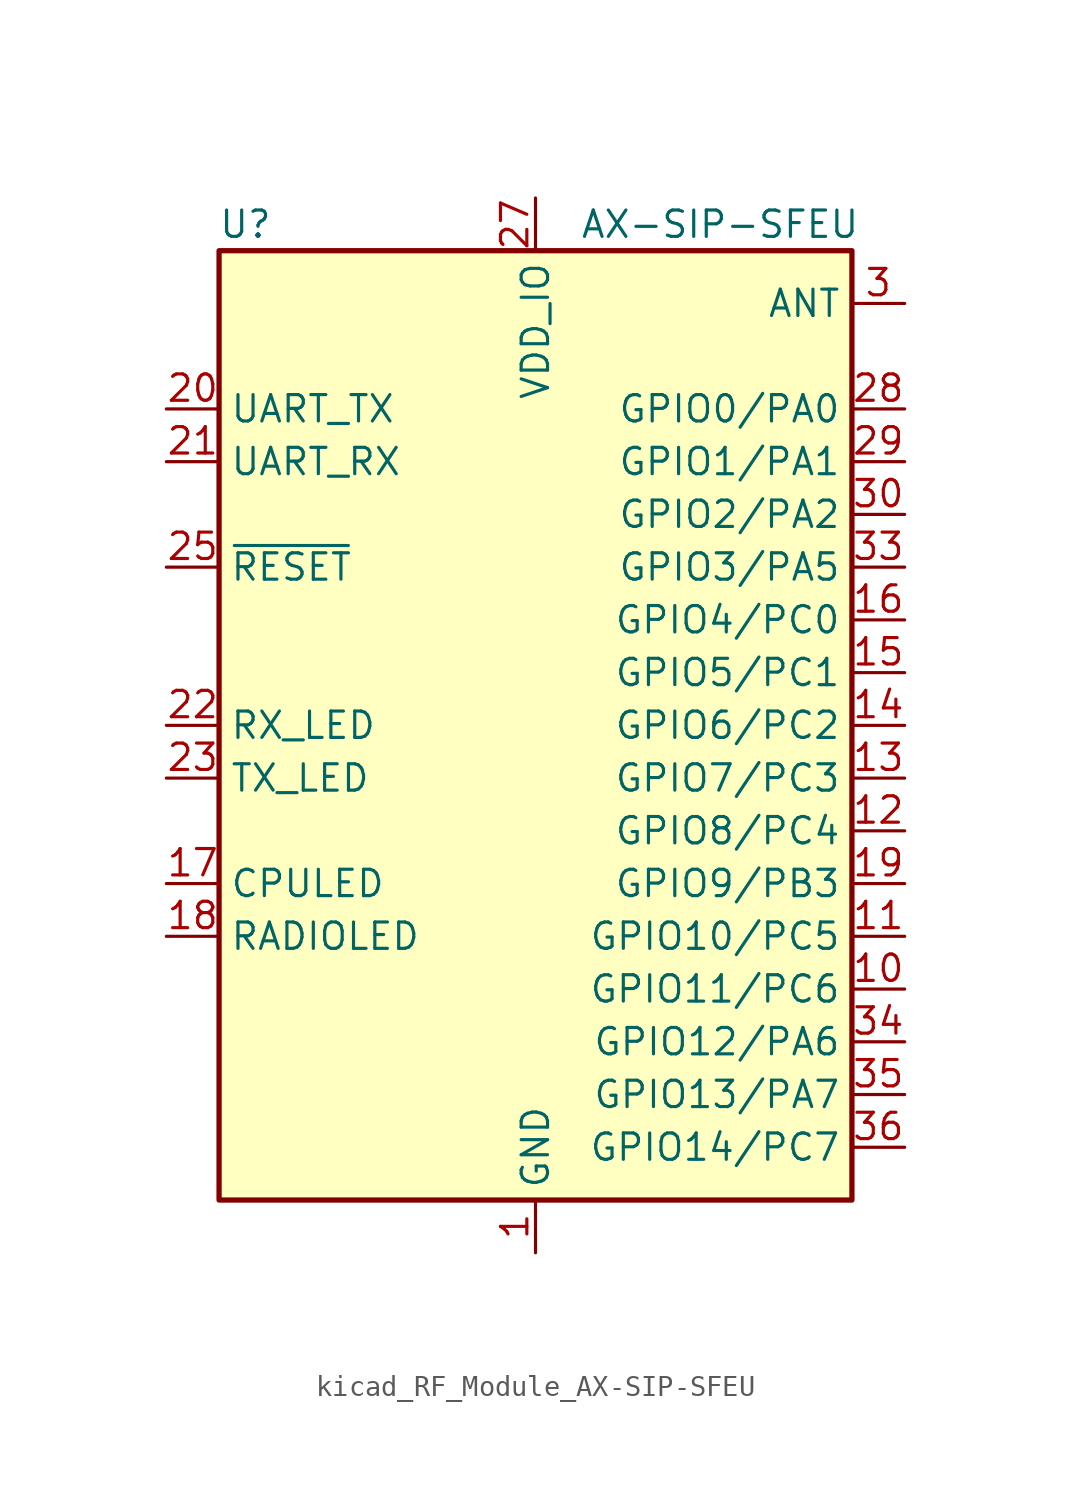
<source format=kicad_sym>
(kicad_symbol_lib
  (version 20220914)
  (generator kicad_symbol_editor)
  (symbol "kicad_RF_Module_AX-SIP-SFEU"
    (property "Reference" "U"
      (at -13.97 24.13 0)
      (effects (font (size 1.27 1.27))))
    (property "Value" "AX-SIP-SFEU"
      (at 8.89 24.13 0)
      (effects (font (size 1.27 1.27))))
    (symbol "kicad_RF_Module_AX-SIP-SFEU_0_1"
      (rectangle (start -15.24 22.86) (end 15.24 -22.86) (stroke (width 0.254) (type default)) (fill (type background))))
    (symbol "kicad_RF_Module_AX-SIP-SFEU_1_1"
      (pin power_in line (at 0 -25.4 90) (length 2.54) (name "GND" (effects (font (size 1.27 1.27)))) (number "1" (effects (font (size 1.27 1.27)))))
      (pin bidirectional line (at 17.78 -12.7 180) (length 2.54) (name "GPIO11/PC6" (effects (font (size 1.27 1.27)))) (number "10" (effects (font (size 1.27 1.27)))))
      (pin bidirectional line (at 17.78 -10.16 180) (length 2.54) (name "GPIO10/PC5" (effects (font (size 1.27 1.27)))) (number "11" (effects (font (size 1.27 1.27)))))
      (pin bidirectional line (at 17.78 -5.08 180) (length 2.54) (name "GPIO8/PC4" (effects (font (size 1.27 1.27)))) (number "12" (effects (font (size 1.27 1.27)))))
      (pin bidirectional line (at 17.78 -2.54 180) (length 2.54) (name "GPIO7/PC3" (effects (font (size 1.27 1.27)))) (number "13" (effects (font (size 1.27 1.27)))))
      (pin bidirectional line (at 17.78 0 180) (length 2.54) (name "GPIO6/PC2" (effects (font (size 1.27 1.27)))) (number "14" (effects (font (size 1.27 1.27)))))
      (pin bidirectional line (at 17.78 2.54 180) (length 2.54) (name "GPIO5/PC1" (effects (font (size 1.27 1.27)))) (number "15" (effects (font (size 1.27 1.27)))))
      (pin bidirectional line (at 17.78 5.08 180) (length 2.54) (name "GPIO4/PC0" (effects (font (size 1.27 1.27)))) (number "16" (effects (font (size 1.27 1.27)))))
      (pin output line (at -17.78 -7.62 0) (length 2.54) (name "CPULED" (effects (font (size 1.27 1.27)))) (number "17" (effects (font (size 1.27 1.27)))))
      (pin output line (at -17.78 -10.16 0) (length 2.54) (name "RADIOLED" (effects (font (size 1.27 1.27)))) (number "18" (effects (font (size 1.27 1.27)))))
      (pin bidirectional line (at 17.78 -7.62 180) (length 2.54) (name "GPIO9/PB3" (effects (font (size 1.27 1.27)))) (number "19" (effects (font (size 1.27 1.27)))))
      (pin passive line (at 0 -25.4 90) (length 2.54) hide (name "GND" (effects (font (size 1.27 1.27)))) (number "2" (effects (font (size 1.27 1.27)))))
      (pin output line (at -17.78 15.24 0) (length 2.54) (name "UART_TX" (effects (font (size 1.27 1.27)))) (number "20" (effects (font (size 1.27 1.27)))))
      (pin input line (at -17.78 12.7 0) (length 2.54) (name "UART_RX" (effects (font (size 1.27 1.27)))) (number "21" (effects (font (size 1.27 1.27)))))
      (pin output line (at -17.78 0 0) (length 2.54) (name "RX_LED" (effects (font (size 1.27 1.27)))) (number "22" (effects (font (size 1.27 1.27)))))
      (pin output line (at -17.78 -2.54 0) (length 2.54) (name "TX_LED" (effects (font (size 1.27 1.27)))) (number "23" (effects (font (size 1.27 1.27)))))
      (pin no_connect line (at -15.24 2.54 0) (length 2.54) hide (name "NC24" (effects (font (size 1.27 1.27)))) (number "24" (effects (font (size 1.27 1.27)))))
      (pin input line (at -17.78 7.62 0) (length 2.54) (name "~{RESET}" (effects (font (size 1.27 1.27)))) (number "25" (effects (font (size 1.27 1.27)))))
      (pin passive line (at 0 -25.4 90) (length 2.54) hide (name "GND" (effects (font (size 1.27 1.27)))) (number "26" (effects (font (size 1.27 1.27)))))
      (pin power_in line (at 0 25.4 270) (length 2.54) (name "VDD_IO" (effects (font (size 1.27 1.27)))) (number "27" (effects (font (size 1.27 1.27)))))
      (pin bidirectional line (at 17.78 15.24 180) (length 2.54) (name "GPIO0/PA0" (effects (font (size 1.27 1.27)))) (number "28" (effects (font (size 1.27 1.27)))))
      (pin bidirectional line (at 17.78 12.7 180) (length 2.54) (name "GPIO1/PA1" (effects (font (size 1.27 1.27)))) (number "29" (effects (font (size 1.27 1.27)))))
      (pin passive line (at 17.78 20.32 180) (length 2.54) (name "ANT" (effects (font (size 1.27 1.27)))) (number "3" (effects (font (size 1.27 1.27)))))
      (pin bidirectional line (at 17.78 10.16 180) (length 2.54) (name "GPIO2/PA2" (effects (font (size 1.27 1.27)))) (number "30" (effects (font (size 1.27 1.27)))))
      (pin no_connect line (at 2.54 22.86 270) (length 2.54) hide (name "NC" (effects (font (size 1.27 1.27)))) (number "31" (effects (font (size 1.27 1.27)))))
      (pin no_connect line (at 5.08 22.86 270) (length 2.54) hide (name "NC" (effects (font (size 1.27 1.27)))) (number "32" (effects (font (size 1.27 1.27)))))
      (pin bidirectional line (at 17.78 7.62 180) (length 2.54) (name "GPIO3/PA5" (effects (font (size 1.27 1.27)))) (number "33" (effects (font (size 1.27 1.27)))))
      (pin bidirectional line (at 17.78 -15.24 180) (length 2.54) (name "GPIO12/PA6" (effects (font (size 1.27 1.27)))) (number "34" (effects (font (size 1.27 1.27)))))
      (pin bidirectional line (at 17.78 -17.78 180) (length 2.54) (name "GPIO13/PA7" (effects (font (size 1.27 1.27)))) (number "35" (effects (font (size 1.27 1.27)))))
      (pin bidirectional line (at 17.78 -20.32 180) (length 2.54) (name "GPIO14/PC7" (effects (font (size 1.27 1.27)))) (number "36" (effects (font (size 1.27 1.27)))))
      (pin no_connect line (at 7.62 22.86 270) (length 2.54) hide (name "NC" (effects (font (size 1.27 1.27)))) (number "37" (effects (font (size 1.27 1.27)))))
      (pin no_connect line (at 10.16 22.86 270) (length 2.54) hide (name "NC" (effects (font (size 1.27 1.27)))) (number "38" (effects (font (size 1.27 1.27)))))
      (pin passive line (at 0 -25.4 90) (length 2.54) hide (name "GND" (effects (font (size 1.27 1.27)))) (number "39" (effects (font (size 1.27 1.27)))))
      (pin passive line (at 0 -25.4 90) (length 2.54) hide (name "GND" (effects (font (size 1.27 1.27)))) (number "4" (effects (font (size 1.27 1.27)))))
      (pin passive line (at 0 -25.4 90) (length 2.54) hide (name "GND" (effects (font (size 1.27 1.27)))) (number "40" (effects (font (size 1.27 1.27)))))
      (pin passive line (at 0 -25.4 90) (length 2.54) hide (name "GND" (effects (font (size 1.27 1.27)))) (number "41" (effects (font (size 1.27 1.27)))))
      (pin passive line (at 0 -25.4 90) (length 2.54) hide (name "GND" (effects (font (size 1.27 1.27)))) (number "42" (effects (font (size 1.27 1.27)))))
      (pin passive line (at 0 -25.4 90) (length 2.54) hide (name "GND" (effects (font (size 1.27 1.27)))) (number "43" (effects (font (size 1.27 1.27)))))
      (pin passive line (at 0 -25.4 90) (length 2.54) hide (name "GND" (effects (font (size 1.27 1.27)))) (number "44" (effects (font (size 1.27 1.27)))))
      (pin no_connect line (at -10.16 22.86 270) (length 2.54) hide (name "NC" (effects (font (size 1.27 1.27)))) (number "5" (effects (font (size 1.27 1.27)))))
      (pin passive line (at 0 -25.4 90) (length 2.54) hide (name "GND" (effects (font (size 1.27 1.27)))) (number "6" (effects (font (size 1.27 1.27)))))
      (pin no_connect line (at -7.62 22.86 270) (length 2.54) hide (name "NC" (effects (font (size 1.27 1.27)))) (number "7" (effects (font (size 1.27 1.27)))))
      (pin no_connect line (at -5.08 22.86 270) (length 2.54) hide (name "NC" (effects (font (size 1.27 1.27)))) (number "8" (effects (font (size 1.27 1.27)))))
      (pin no_connect line (at -2.54 22.86 270) (length 2.54) hide (name "NC" (effects (font (size 1.27 1.27)))) (number "9" (effects (font (size 1.27 1.27))))))))
</source>
